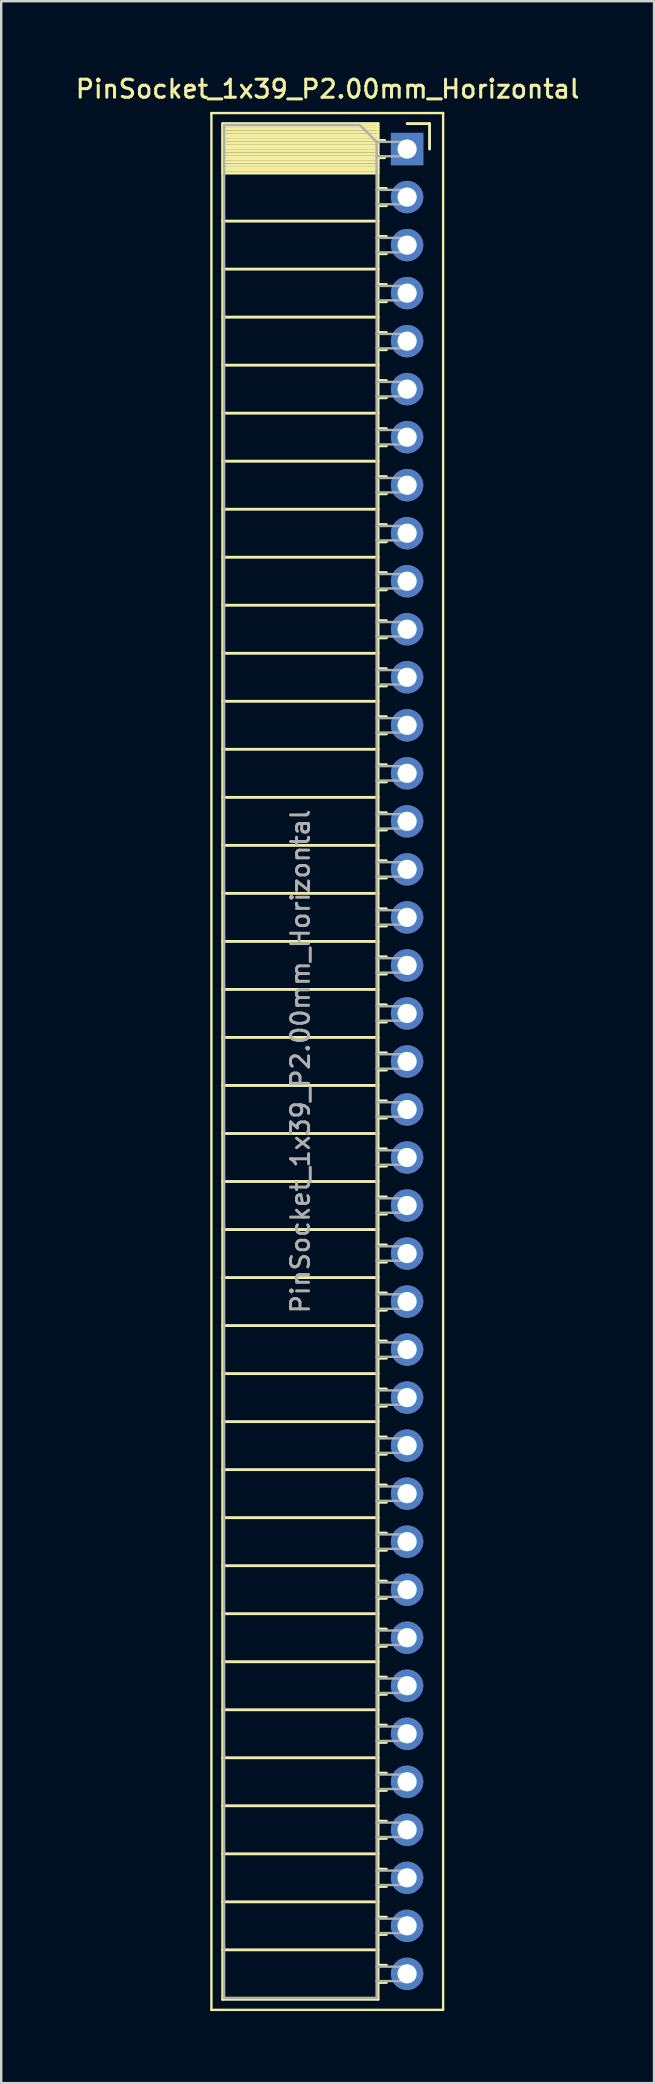
<source format=kicad_pcb>
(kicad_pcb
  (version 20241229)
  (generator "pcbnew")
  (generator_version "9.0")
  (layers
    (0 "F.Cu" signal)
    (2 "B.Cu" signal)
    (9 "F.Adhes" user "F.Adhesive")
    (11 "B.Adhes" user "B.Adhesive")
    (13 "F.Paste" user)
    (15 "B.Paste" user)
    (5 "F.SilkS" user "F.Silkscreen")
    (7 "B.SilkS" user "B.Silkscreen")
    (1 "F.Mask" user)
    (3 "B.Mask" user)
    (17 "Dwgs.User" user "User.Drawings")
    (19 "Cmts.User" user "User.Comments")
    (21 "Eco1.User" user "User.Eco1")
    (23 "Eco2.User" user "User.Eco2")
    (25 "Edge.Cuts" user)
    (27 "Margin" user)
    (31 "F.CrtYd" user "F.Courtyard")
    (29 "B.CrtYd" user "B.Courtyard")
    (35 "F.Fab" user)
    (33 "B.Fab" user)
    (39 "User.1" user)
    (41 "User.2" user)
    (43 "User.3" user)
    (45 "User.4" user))
  (footprint "PinSocket_1x39_P2.00mm_Horizontal"
    (layer "F.Cu")
    (at 13.905 3.158)
    (property "Reference" "PinSocket_1x39_P2.00mm_Horizontal" (at -3.31 -2.5 0) (layer "F.SilkS") (effects (font (size 0.75 0.75) (thickness 0.125))))
    (attr through_hole)
    (fp_line (start -8.15 -1.5) (end -8.15 77.5) (stroke (width 0.1) (type solid)) (layer "F.SilkS"))
    (fp_line (start -8.15 77.5) (end 1.5 77.5) (stroke (width 0.1) (type solid)) (layer "F.SilkS"))
    (fp_line (start -7.68 -1.06) (end -7.68 77.06) (stroke (width 0.12) (type solid)) (layer "F.SilkS"))
    (fp_line (start -7.68 -1.06) (end -1.21 -1.06) (stroke (width 0.12) (type solid)) (layer "F.SilkS"))
    (fp_line (start -7.68 -0.94) (end -1.21 -0.94) (stroke (width 0.12) (type solid)) (layer "F.SilkS"))
    (fp_line (start -7.68 -0.826) (end -1.21 -0.826) (stroke (width 0.12) (type solid)) (layer "F.SilkS"))
    (fp_line (start -7.68 -0.712) (end -1.21 -0.712) (stroke (width 0.12) (type solid)) (layer "F.SilkS"))
    (fp_line (start -7.68 -0.598) (end -1.21 -0.598) (stroke (width 0.12) (type solid)) (layer "F.SilkS"))
    (fp_line (start -7.68 -0.484) (end -1.21 -0.484) (stroke (width 0.12) (type solid)) (layer "F.SilkS"))
    (fp_line (start -7.68 -0.369) (end -1.21 -0.369) (stroke (width 0.12) (type solid)) (layer "F.SilkS"))
    (fp_line (start -7.68 -0.255) (end -1.21 -0.255) (stroke (width 0.12) (type solid)) (layer "F.SilkS"))
    (fp_line (start -7.68 -0.141) (end -1.21 -0.141) (stroke (width 0.12) (type solid)) (layer "F.SilkS"))
    (fp_line (start -7.68 -0.027) (end -1.21 -0.027) (stroke (width 0.12) (type solid)) (layer "F.SilkS"))
    (fp_line (start -7.68 0.087) (end -1.21 0.087) (stroke (width 0.12) (type solid)) (layer "F.SilkS"))
    (fp_line (start -7.68 0.201) (end -1.21 0.201) (stroke (width 0.12) (type solid)) (layer "F.SilkS"))
    (fp_line (start -7.68 0.315) (end -1.21 0.315) (stroke (width 0.12) (type solid)) (layer "F.SilkS"))
    (fp_line (start -7.68 0.429) (end -1.21 0.429) (stroke (width 0.12) (type solid)) (layer "F.SilkS"))
    (fp_line (start -7.68 0.544) (end -1.21 0.544) (stroke (width 0.12) (type solid)) (layer "F.SilkS"))
    (fp_line (start -7.68 0.658) (end -1.21 0.658) (stroke (width 0.12) (type solid)) (layer "F.SilkS"))
    (fp_line (start -7.68 0.772) (end -1.21 0.772) (stroke (width 0.12) (type solid)) (layer "F.SilkS"))
    (fp_line (start -7.68 0.886) (end -1.21 0.886) (stroke (width 0.12) (type solid)) (layer "F.SilkS"))
    (fp_line (start -7.68 1) (end -1.21 1) (stroke (width 0.12) (type solid)) (layer "F.SilkS"))
    (fp_line (start -7.68 3) (end -1.21 3) (stroke (width 0.12) (type solid)) (layer "F.SilkS"))
    (fp_line (start -7.68 5) (end -1.21 5) (stroke (width 0.12) (type solid)) (layer "F.SilkS"))
    (fp_line (start -7.68 7) (end -1.21 7) (stroke (width 0.12) (type solid)) (layer "F.SilkS"))
    (fp_line (start -7.68 9) (end -1.21 9) (stroke (width 0.12) (type solid)) (layer "F.SilkS"))
    (fp_line (start -7.68 11) (end -1.21 11) (stroke (width 0.12) (type solid)) (layer "F.SilkS"))
    (fp_line (start -7.68 13) (end -1.21 13) (stroke (width 0.12) (type solid)) (layer "F.SilkS"))
    (fp_line (start -7.68 15) (end -1.21 15) (stroke (width 0.12) (type solid)) (layer "F.SilkS"))
    (fp_line (start -7.68 17) (end -1.21 17) (stroke (width 0.12) (type solid)) (layer "F.SilkS"))
    (fp_line (start -7.68 19) (end -1.21 19) (stroke (width 0.12) (type solid)) (layer "F.SilkS"))
    (fp_line (start -7.68 21) (end -1.21 21) (stroke (width 0.12) (type solid)) (layer "F.SilkS"))
    (fp_line (start -7.68 23) (end -1.21 23) (stroke (width 0.12) (type solid)) (layer "F.SilkS"))
    (fp_line (start -7.68 25) (end -1.21 25) (stroke (width 0.12) (type solid)) (layer "F.SilkS"))
    (fp_line (start -7.68 27) (end -1.21 27) (stroke (width 0.12) (type solid)) (layer "F.SilkS"))
    (fp_line (start -7.68 29) (end -1.21 29) (stroke (width 0.12) (type solid)) (layer "F.SilkS"))
    (fp_line (start -7.68 31) (end -1.21 31) (stroke (width 0.12) (type solid)) (layer "F.SilkS"))
    (fp_line (start -7.68 33) (end -1.21 33) (stroke (width 0.12) (type solid)) (layer "F.SilkS"))
    (fp_line (start -7.68 35) (end -1.21 35) (stroke (width 0.12) (type solid)) (layer "F.SilkS"))
    (fp_line (start -7.68 37) (end -1.21 37) (stroke (width 0.12) (type solid)) (layer "F.SilkS"))
    (fp_line (start -7.68 39) (end -1.21 39) (stroke (width 0.12) (type solid)) (layer "F.SilkS"))
    (fp_line (start -7.68 41) (end -1.21 41) (stroke (width 0.12) (type solid)) (layer "F.SilkS"))
    (fp_line (start -7.68 43) (end -1.21 43) (stroke (width 0.12) (type solid)) (layer "F.SilkS"))
    (fp_line (start -7.68 45) (end -1.21 45) (stroke (width 0.12) (type solid)) (layer "F.SilkS"))
    (fp_line (start -7.68 47) (end -1.21 47) (stroke (width 0.12) (type solid)) (layer "F.SilkS"))
    (fp_line (start -7.68 49) (end -1.21 49) (stroke (width 0.12) (type solid)) (layer "F.SilkS"))
    (fp_line (start -7.68 51) (end -1.21 51) (stroke (width 0.12) (type solid)) (layer "F.SilkS"))
    (fp_line (start -7.68 53) (end -1.21 53) (stroke (width 0.12) (type solid)) (layer "F.SilkS"))
    (fp_line (start -7.68 55) (end -1.21 55) (stroke (width 0.12) (type solid)) (layer "F.SilkS"))
    (fp_line (start -7.68 57) (end -1.21 57) (stroke (width 0.12) (type solid)) (layer "F.SilkS"))
    (fp_line (start -7.68 59) (end -1.21 59) (stroke (width 0.12) (type solid)) (layer "F.SilkS"))
    (fp_line (start -7.68 61) (end -1.21 61) (stroke (width 0.12) (type solid)) (layer "F.SilkS"))
    (fp_line (start -7.68 63) (end -1.21 63) (stroke (width 0.12) (type solid)) (layer "F.SilkS"))
    (fp_line (start -7.68 65) (end -1.21 65) (stroke (width 0.12) (type solid)) (layer "F.SilkS"))
    (fp_line (start -7.68 67) (end -1.21 67) (stroke (width 0.12) (type solid)) (layer "F.SilkS"))
    (fp_line (start -7.68 69) (end -1.21 69) (stroke (width 0.12) (type solid)) (layer "F.SilkS"))
    (fp_line (start -7.68 71) (end -1.21 71) (stroke (width 0.12) (type solid)) (layer "F.SilkS"))
    (fp_line (start -7.68 73) (end -1.21 73) (stroke (width 0.12) (type solid)) (layer "F.SilkS"))
    (fp_line (start -7.68 75) (end -1.21 75) (stroke (width 0.12) (type solid)) (layer "F.SilkS"))
    (fp_line (start -7.68 77.06) (end -1.21 77.06) (stroke (width 0.12) (type solid)) (layer "F.SilkS"))
    (fp_line (start -1.21 -1.06) (end -1.21 77.06) (stroke (width 0.12) (type solid)) (layer "F.SilkS"))
    (fp_line (start -1.21 -0.36) (end -0.935 -0.36) (stroke (width 0.12) (type solid)) (layer "F.SilkS"))
    (fp_line (start -1.21 0.36) (end -0.935 0.36) (stroke (width 0.12) (type solid)) (layer "F.SilkS"))
    (fp_line (start -1.21 1.64) (end -0.863 1.64) (stroke (width 0.12) (type solid)) (layer "F.SilkS"))
    (fp_line (start -1.21 2.36) (end -0.863 2.36) (stroke (width 0.12) (type solid)) (layer "F.SilkS"))
    (fp_line (start -1.21 3.64) (end -0.863 3.64) (stroke (width 0.12) (type solid)) (layer "F.SilkS"))
    (fp_line (start -1.21 4.36) (end -0.863 4.36) (stroke (width 0.12) (type solid)) (layer "F.SilkS"))
    (fp_line (start -1.21 5.64) (end -0.863 5.64) (stroke (width 0.12) (type solid)) (layer "F.SilkS"))
    (fp_line (start -1.21 6.36) (end -0.863 6.36) (stroke (width 0.12) (type solid)) (layer "F.SilkS"))
    (fp_line (start -1.21 7.64) (end -0.863 7.64) (stroke (width 0.12) (type solid)) (layer "F.SilkS"))
    (fp_line (start -1.21 8.36) (end -0.863 8.36) (stroke (width 0.12) (type solid)) (layer "F.SilkS"))
    (fp_line (start -1.21 9.64) (end -0.863 9.64) (stroke (width 0.12) (type solid)) (layer "F.SilkS"))
    (fp_line (start -1.21 10.36) (end -0.863 10.36) (stroke (width 0.12) (type solid)) (layer "F.SilkS"))
    (fp_line (start -1.21 11.64) (end -0.863 11.64) (stroke (width 0.12) (type solid)) (layer "F.SilkS"))
    (fp_line (start -1.21 12.36) (end -0.863 12.36) (stroke (width 0.12) (type solid)) (layer "F.SilkS"))
    (fp_line (start -1.21 13.64) (end -0.863 13.64) (stroke (width 0.12) (type solid)) (layer "F.SilkS"))
    (fp_line (start -1.21 14.36) (end -0.863 14.36) (stroke (width 0.12) (type solid)) (layer "F.SilkS"))
    (fp_line (start -1.21 15.64) (end -0.863 15.64) (stroke (width 0.12) (type solid)) (layer "F.SilkS"))
    (fp_line (start -1.21 16.36) (end -0.863 16.36) (stroke (width 0.12) (type solid)) (layer "F.SilkS"))
    (fp_line (start -1.21 17.64) (end -0.863 17.64) (stroke (width 0.12) (type solid)) (layer "F.SilkS"))
    (fp_line (start -1.21 18.36) (end -0.863 18.36) (stroke (width 0.12) (type solid)) (layer "F.SilkS"))
    (fp_line (start -1.21 19.64) (end -0.863 19.64) (stroke (width 0.12) (type solid)) (layer "F.SilkS"))
    (fp_line (start -1.21 20.36) (end -0.863 20.36) (stroke (width 0.12) (type solid)) (layer "F.SilkS"))
    (fp_line (start -1.21 21.64) (end -0.863 21.64) (stroke (width 0.12) (type solid)) (layer "F.SilkS"))
    (fp_line (start -1.21 22.36) (end -0.863 22.36) (stroke (width 0.12) (type solid)) (layer "F.SilkS"))
    (fp_line (start -1.21 23.64) (end -0.863 23.64) (stroke (width 0.12) (type solid)) (layer "F.SilkS"))
    (fp_line (start -1.21 24.36) (end -0.863 24.36) (stroke (width 0.12) (type solid)) (layer "F.SilkS"))
    (fp_line (start -1.21 25.64) (end -0.863 25.64) (stroke (width 0.12) (type solid)) (layer "F.SilkS"))
    (fp_line (start -1.21 26.36) (end -0.863 26.36) (stroke (width 0.12) (type solid)) (layer "F.SilkS"))
    (fp_line (start -1.21 27.64) (end -0.863 27.64) (stroke (width 0.12) (type solid)) (layer "F.SilkS"))
    (fp_line (start -1.21 28.36) (end -0.863 28.36) (stroke (width 0.12) (type solid)) (layer "F.SilkS"))
    (fp_line (start -1.21 29.64) (end -0.863 29.64) (stroke (width 0.12) (type solid)) (layer "F.SilkS"))
    (fp_line (start -1.21 30.36) (end -0.863 30.36) (stroke (width 0.12) (type solid)) (layer "F.SilkS"))
    (fp_line (start -1.21 31.64) (end -0.863 31.64) (stroke (width 0.12) (type solid)) (layer "F.SilkS"))
    (fp_line (start -1.21 32.36) (end -0.863 32.36) (stroke (width 0.12) (type solid)) (layer "F.SilkS"))
    (fp_line (start -1.21 33.64) (end -0.863 33.64) (stroke (width 0.12) (type solid)) (layer "F.SilkS"))
    (fp_line (start -1.21 34.36) (end -0.863 34.36) (stroke (width 0.12) (type solid)) (layer "F.SilkS"))
    (fp_line (start -1.21 35.64) (end -0.863 35.64) (stroke (width 0.12) (type solid)) (layer "F.SilkS"))
    (fp_line (start -1.21 36.36) (end -0.863 36.36) (stroke (width 0.12) (type solid)) (layer "F.SilkS"))
    (fp_line (start -1.21 37.64) (end -0.863 37.64) (stroke (width 0.12) (type solid)) (layer "F.SilkS"))
    (fp_line (start -1.21 38.36) (end -0.863 38.36) (stroke (width 0.12) (type solid)) (layer "F.SilkS"))
    (fp_line (start -1.21 39.64) (end -0.863 39.64) (stroke (width 0.12) (type solid)) (layer "F.SilkS"))
    (fp_line (start -1.21 40.36) (end -0.863 40.36) (stroke (width 0.12) (type solid)) (layer "F.SilkS"))
    (fp_line (start -1.21 41.64) (end -0.863 41.64) (stroke (width 0.12) (type solid)) (layer "F.SilkS"))
    (fp_line (start -1.21 42.36) (end -0.863 42.36) (stroke (width 0.12) (type solid)) (layer "F.SilkS"))
    (fp_line (start -1.21 43.64) (end -0.863 43.64) (stroke (width 0.12) (type solid)) (layer "F.SilkS"))
    (fp_line (start -1.21 44.36) (end -0.863 44.36) (stroke (width 0.12) (type solid)) (layer "F.SilkS"))
    (fp_line (start -1.21 45.64) (end -0.863 45.64) (stroke (width 0.12) (type solid)) (layer "F.SilkS"))
    (fp_line (start -1.21 46.36) (end -0.863 46.36) (stroke (width 0.12) (type solid)) (layer "F.SilkS"))
    (fp_line (start -1.21 47.64) (end -0.863 47.64) (stroke (width 0.12) (type solid)) (layer "F.SilkS"))
    (fp_line (start -1.21 48.36) (end -0.863 48.36) (stroke (width 0.12) (type solid)) (layer "F.SilkS"))
    (fp_line (start -1.21 49.64) (end -0.863 49.64) (stroke (width 0.12) (type solid)) (layer "F.SilkS"))
    (fp_line (start -1.21 50.36) (end -0.863 50.36) (stroke (width 0.12) (type solid)) (layer "F.SilkS"))
    (fp_line (start -1.21 51.64) (end -0.863 51.64) (stroke (width 0.12) (type solid)) (layer "F.SilkS"))
    (fp_line (start -1.21 52.36) (end -0.863 52.36) (stroke (width 0.12) (type solid)) (layer "F.SilkS"))
    (fp_line (start -1.21 53.64) (end -0.863 53.64) (stroke (width 0.12) (type solid)) (layer "F.SilkS"))
    (fp_line (start -1.21 54.36) (end -0.863 54.36) (stroke (width 0.12) (type solid)) (layer "F.SilkS"))
    (fp_line (start -1.21 55.64) (end -0.863 55.64) (stroke (width 0.12) (type solid)) (layer "F.SilkS"))
    (fp_line (start -1.21 56.36) (end -0.863 56.36) (stroke (width 0.12) (type solid)) (layer "F.SilkS"))
    (fp_line (start -1.21 57.64) (end -0.863 57.64) (stroke (width 0.12) (type solid)) (layer "F.SilkS"))
    (fp_line (start -1.21 58.36) (end -0.863 58.36) (stroke (width 0.12) (type solid)) (layer "F.SilkS"))
    (fp_line (start -1.21 59.64) (end -0.863 59.64) (stroke (width 0.12) (type solid)) (layer "F.SilkS"))
    (fp_line (start -1.21 60.36) (end -0.863 60.36) (stroke (width 0.12) (type solid)) (layer "F.SilkS"))
    (fp_line (start -1.21 61.64) (end -0.863 61.64) (stroke (width 0.12) (type solid)) (layer "F.SilkS"))
    (fp_line (start -1.21 62.36) (end -0.863 62.36) (stroke (width 0.12) (type solid)) (layer "F.SilkS"))
    (fp_line (start -1.21 63.64) (end -0.863 63.64) (stroke (width 0.12) (type solid)) (layer "F.SilkS"))
    (fp_line (start -1.21 64.36) (end -0.863 64.36) (stroke (width 0.12) (type solid)) (layer "F.SilkS"))
    (fp_line (start -1.21 65.64) (end -0.863 65.64) (stroke (width 0.12) (type solid)) (layer "F.SilkS"))
    (fp_line (start -1.21 66.36) (end -0.863 66.36) (stroke (width 0.12) (type solid)) (layer "F.SilkS"))
    (fp_line (start -1.21 67.64) (end -0.863 67.64) (stroke (width 0.12) (type solid)) (layer "F.SilkS"))
    (fp_line (start -1.21 68.36) (end -0.863 68.36) (stroke (width 0.12) (type solid)) (layer "F.SilkS"))
    (fp_line (start -1.21 69.64) (end -0.863 69.64) (stroke (width 0.12) (type solid)) (layer "F.SilkS"))
    (fp_line (start -1.21 70.36) (end -0.863 70.36) (stroke (width 0.12) (type solid)) (layer "F.SilkS"))
    (fp_line (start -1.21 71.64) (end -0.863 71.64) (stroke (width 0.12) (type solid)) (layer "F.SilkS"))
    (fp_line (start -1.21 72.36) (end -0.863 72.36) (stroke (width 0.12) (type solid)) (layer "F.SilkS"))
    (fp_line (start -1.21 73.64) (end -0.863 73.64) (stroke (width 0.12) (type solid)) (layer "F.SilkS"))
    (fp_line (start -1.21 74.36) (end -0.863 74.36) (stroke (width 0.12) (type solid)) (layer "F.SilkS"))
    (fp_line (start -1.21 75.64) (end -0.863 75.64) (stroke (width 0.12) (type solid)) (layer "F.SilkS"))
    (fp_line (start -1.21 76.36) (end -0.863 76.36) (stroke (width 0.12) (type solid)) (layer "F.SilkS"))
    (fp_line (start 0 -1.06) (end 0.935 -1.06) (stroke (width 0.12) (type solid)) (layer "F.SilkS"))
    (fp_line (start 0.935 -1.06) (end 0.935 0) (stroke (width 0.12) (type solid)) (layer "F.SilkS"))
    (fp_line (start 1.5 -1.5) (end -8.15 -1.5) (stroke (width 0.1) (type solid)) (layer "F.SilkS"))
    (fp_line (start 1.5 77.5) (end 1.5 -1.5) (stroke (width 0.1) (type solid)) (layer "F.SilkS"))
    (fp_line (start -7.62 -1) (end -1.97 -1) (stroke (width 0.1) (type solid)) (layer "F.Fab"))
    (fp_line (start -7.62 77) (end -7.62 -1) (stroke (width 0.1) (type solid)) (layer "F.Fab"))
    (fp_line (start -1.97 -1) (end -1.27 -0.3) (stroke (width 0.1) (type solid)) (layer "F.Fab"))
    (fp_line (start -1.27 -0.3) (end -1.27 77) (stroke (width 0.1) (type solid)) (layer "F.Fab"))
    (fp_line (start -1.27 0.3) (end 0 0.3) (stroke (width 0.1) (type solid)) (layer "F.Fab"))
    (fp_line (start -1.27 2.3) (end 0 2.3) (stroke (width 0.1) (type solid)) (layer "F.Fab"))
    (fp_line (start -1.27 4.3) (end 0 4.3) (stroke (width 0.1) (type solid)) (layer "F.Fab"))
    (fp_line (start -1.27 6.3) (end 0 6.3) (stroke (width 0.1) (type solid)) (layer "F.Fab"))
    (fp_line (start -1.27 8.3) (end 0 8.3) (stroke (width 0.1) (type solid)) (layer "F.Fab"))
    (fp_line (start -1.27 10.3) (end 0 10.3) (stroke (width 0.1) (type solid)) (layer "F.Fab"))
    (fp_line (start -1.27 12.3) (end 0 12.3) (stroke (width 0.1) (type solid)) (layer "F.Fab"))
    (fp_line (start -1.27 14.3) (end 0 14.3) (stroke (width 0.1) (type solid)) (layer "F.Fab"))
    (fp_line (start -1.27 16.3) (end 0 16.3) (stroke (width 0.1) (type solid)) (layer "F.Fab"))
    (fp_line (start -1.27 18.3) (end 0 18.3) (stroke (width 0.1) (type solid)) (layer "F.Fab"))
    (fp_line (start -1.27 20.3) (end 0 20.3) (stroke (width 0.1) (type solid)) (layer "F.Fab"))
    (fp_line (start -1.27 22.3) (end 0 22.3) (stroke (width 0.1) (type solid)) (layer "F.Fab"))
    (fp_line (start -1.27 24.3) (end 0 24.3) (stroke (width 0.1) (type solid)) (layer "F.Fab"))
    (fp_line (start -1.27 26.3) (end 0 26.3) (stroke (width 0.1) (type solid)) (layer "F.Fab"))
    (fp_line (start -1.27 28.3) (end 0 28.3) (stroke (width 0.1) (type solid)) (layer "F.Fab"))
    (fp_line (start -1.27 30.3) (end 0 30.3) (stroke (width 0.1) (type solid)) (layer "F.Fab"))
    (fp_line (start -1.27 32.3) (end 0 32.3) (stroke (width 0.1) (type solid)) (layer "F.Fab"))
    (fp_line (start -1.27 34.3) (end 0 34.3) (stroke (width 0.1) (type solid)) (layer "F.Fab"))
    (fp_line (start -1.27 36.3) (end 0 36.3) (stroke (width 0.1) (type solid)) (layer "F.Fab"))
    (fp_line (start -1.27 38.3) (end 0 38.3) (stroke (width 0.1) (type solid)) (layer "F.Fab"))
    (fp_line (start -1.27 40.3) (end 0 40.3) (stroke (width 0.1) (type solid)) (layer "F.Fab"))
    (fp_line (start -1.27 42.3) (end 0 42.3) (stroke (width 0.1) (type solid)) (layer "F.Fab"))
    (fp_line (start -1.27 44.3) (end 0 44.3) (stroke (width 0.1) (type solid)) (layer "F.Fab"))
    (fp_line (start -1.27 46.3) (end 0 46.3) (stroke (width 0.1) (type solid)) (layer "F.Fab"))
    (fp_line (start -1.27 48.3) (end 0 48.3) (stroke (width 0.1) (type solid)) (layer "F.Fab"))
    (fp_line (start -1.27 50.3) (end 0 50.3) (stroke (width 0.1) (type solid)) (layer "F.Fab"))
    (fp_line (start -1.27 52.3) (end 0 52.3) (stroke (width 0.1) (type solid)) (layer "F.Fab"))
    (fp_line (start -1.27 54.3) (end 0 54.3) (stroke (width 0.1) (type solid)) (layer "F.Fab"))
    (fp_line (start -1.27 56.3) (end 0 56.3) (stroke (width 0.1) (type solid)) (layer "F.Fab"))
    (fp_line (start -1.27 58.3) (end 0 58.3) (stroke (width 0.1) (type solid)) (layer "F.Fab"))
    (fp_line (start -1.27 60.3) (end 0 60.3) (stroke (width 0.1) (type solid)) (layer "F.Fab"))
    (fp_line (start -1.27 62.3) (end 0 62.3) (stroke (width 0.1) (type solid)) (layer "F.Fab"))
    (fp_line (start -1.27 64.3) (end 0 64.3) (stroke (width 0.1) (type solid)) (layer "F.Fab"))
    (fp_line (start -1.27 66.3) (end 0 66.3) (stroke (width 0.1) (type solid)) (layer "F.Fab"))
    (fp_line (start -1.27 68.3) (end 0 68.3) (stroke (width 0.1) (type solid)) (layer "F.Fab"))
    (fp_line (start -1.27 70.3) (end 0 70.3) (stroke (width 0.1) (type solid)) (layer "F.Fab"))
    (fp_line (start -1.27 72.3) (end 0 72.3) (stroke (width 0.1) (type solid)) (layer "F.Fab"))
    (fp_line (start -1.27 74.3) (end 0 74.3) (stroke (width 0.1) (type solid)) (layer "F.Fab"))
    (fp_line (start -1.27 76.3) (end 0 76.3) (stroke (width 0.1) (type solid)) (layer "F.Fab"))
    (fp_line (start -1.27 77) (end -7.62 77) (stroke (width 0.1) (type solid)) (layer "F.Fab"))
    (fp_line (start 0 -0.3) (end -1.27 -0.3) (stroke (width 0.1) (type solid)) (layer "F.Fab"))
    (fp_line (start 0 0.3) (end 0 -0.3) (stroke (width 0.1) (type solid)) (layer "F.Fab"))
    (fp_line (start 0 1.7) (end -1.27 1.7) (stroke (width 0.1) (type solid)) (layer "F.Fab"))
    (fp_line (start 0 2.3) (end 0 1.7) (stroke (width 0.1) (type solid)) (layer "F.Fab"))
    (fp_line (start 0 3.7) (end -1.27 3.7) (stroke (width 0.1) (type solid)) (layer "F.Fab"))
    (fp_line (start 0 4.3) (end 0 3.7) (stroke (width 0.1) (type solid)) (layer "F.Fab"))
    (fp_line (start 0 5.7) (end -1.27 5.7) (stroke (width 0.1) (type solid)) (layer "F.Fab"))
    (fp_line (start 0 6.3) (end 0 5.7) (stroke (width 0.1) (type solid)) (layer "F.Fab"))
    (fp_line (start 0 7.7) (end -1.27 7.7) (stroke (width 0.1) (type solid)) (layer "F.Fab"))
    (fp_line (start 0 8.3) (end 0 7.7) (stroke (width 0.1) (type solid)) (layer "F.Fab"))
    (fp_line (start 0 9.7) (end -1.27 9.7) (stroke (width 0.1) (type solid)) (layer "F.Fab"))
    (fp_line (start 0 10.3) (end 0 9.7) (stroke (width 0.1) (type solid)) (layer "F.Fab"))
    (fp_line (start 0 11.7) (end -1.27 11.7) (stroke (width 0.1) (type solid)) (layer "F.Fab"))
    (fp_line (start 0 12.3) (end 0 11.7) (stroke (width 0.1) (type solid)) (layer "F.Fab"))
    (fp_line (start 0 13.7) (end -1.27 13.7) (stroke (width 0.1) (type solid)) (layer "F.Fab"))
    (fp_line (start 0 14.3) (end 0 13.7) (stroke (width 0.1) (type solid)) (layer "F.Fab"))
    (fp_line (start 0 15.7) (end -1.27 15.7) (stroke (width 0.1) (type solid)) (layer "F.Fab"))
    (fp_line (start 0 16.3) (end 0 15.7) (stroke (width 0.1) (type solid)) (layer "F.Fab"))
    (fp_line (start 0 17.7) (end -1.27 17.7) (stroke (width 0.1) (type solid)) (layer "F.Fab"))
    (fp_line (start 0 18.3) (end 0 17.7) (stroke (width 0.1) (type solid)) (layer "F.Fab"))
    (fp_line (start 0 19.7) (end -1.27 19.7) (stroke (width 0.1) (type solid)) (layer "F.Fab"))
    (fp_line (start 0 20.3) (end 0 19.7) (stroke (width 0.1) (type solid)) (layer "F.Fab"))
    (fp_line (start 0 21.7) (end -1.27 21.7) (stroke (width 0.1) (type solid)) (layer "F.Fab"))
    (fp_line (start 0 22.3) (end 0 21.7) (stroke (width 0.1) (type solid)) (layer "F.Fab"))
    (fp_line (start 0 23.7) (end -1.27 23.7) (stroke (width 0.1) (type solid)) (layer "F.Fab"))
    (fp_line (start 0 24.3) (end 0 23.7) (stroke (width 0.1) (type solid)) (layer "F.Fab"))
    (fp_line (start 0 25.7) (end -1.27 25.7) (stroke (width 0.1) (type solid)) (layer "F.Fab"))
    (fp_line (start 0 26.3) (end 0 25.7) (stroke (width 0.1) (type solid)) (layer "F.Fab"))
    (fp_line (start 0 27.7) (end -1.27 27.7) (stroke (width 0.1) (type solid)) (layer "F.Fab"))
    (fp_line (start 0 28.3) (end 0 27.7) (stroke (width 0.1) (type solid)) (layer "F.Fab"))
    (fp_line (start 0 29.7) (end -1.27 29.7) (stroke (width 0.1) (type solid)) (layer "F.Fab"))
    (fp_line (start 0 30.3) (end 0 29.7) (stroke (width 0.1) (type solid)) (layer "F.Fab"))
    (fp_line (start 0 31.7) (end -1.27 31.7) (stroke (width 0.1) (type solid)) (layer "F.Fab"))
    (fp_line (start 0 32.3) (end 0 31.7) (stroke (width 0.1) (type solid)) (layer "F.Fab"))
    (fp_line (start 0 33.7) (end -1.27 33.7) (stroke (width 0.1) (type solid)) (layer "F.Fab"))
    (fp_line (start 0 34.3) (end 0 33.7) (stroke (width 0.1) (type solid)) (layer "F.Fab"))
    (fp_line (start 0 35.7) (end -1.27 35.7) (stroke (width 0.1) (type solid)) (layer "F.Fab"))
    (fp_line (start 0 36.3) (end 0 35.7) (stroke (width 0.1) (type solid)) (layer "F.Fab"))
    (fp_line (start 0 37.7) (end -1.27 37.7) (stroke (width 0.1) (type solid)) (layer "F.Fab"))
    (fp_line (start 0 38.3) (end 0 37.7) (stroke (width 0.1) (type solid)) (layer "F.Fab"))
    (fp_line (start 0 39.7) (end -1.27 39.7) (stroke (width 0.1) (type solid)) (layer "F.Fab"))
    (fp_line (start 0 40.3) (end 0 39.7) (stroke (width 0.1) (type solid)) (layer "F.Fab"))
    (fp_line (start 0 41.7) (end -1.27 41.7) (stroke (width 0.1) (type solid)) (layer "F.Fab"))
    (fp_line (start 0 42.3) (end 0 41.7) (stroke (width 0.1) (type solid)) (layer "F.Fab"))
    (fp_line (start 0 43.7) (end -1.27 43.7) (stroke (width 0.1) (type solid)) (layer "F.Fab"))
    (fp_line (start 0 44.3) (end 0 43.7) (stroke (width 0.1) (type solid)) (layer "F.Fab"))
    (fp_line (start 0 45.7) (end -1.27 45.7) (stroke (width 0.1) (type solid)) (layer "F.Fab"))
    (fp_line (start 0 46.3) (end 0 45.7) (stroke (width 0.1) (type solid)) (layer "F.Fab"))
    (fp_line (start 0 47.7) (end -1.27 47.7) (stroke (width 0.1) (type solid)) (layer "F.Fab"))
    (fp_line (start 0 48.3) (end 0 47.7) (stroke (width 0.1) (type solid)) (layer "F.Fab"))
    (fp_line (start 0 49.7) (end -1.27 49.7) (stroke (width 0.1) (type solid)) (layer "F.Fab"))
    (fp_line (start 0 50.3) (end 0 49.7) (stroke (width 0.1) (type solid)) (layer "F.Fab"))
    (fp_line (start 0 51.7) (end -1.27 51.7) (stroke (width 0.1) (type solid)) (layer "F.Fab"))
    (fp_line (start 0 52.3) (end 0 51.7) (stroke (width 0.1) (type solid)) (layer "F.Fab"))
    (fp_line (start 0 53.7) (end -1.27 53.7) (stroke (width 0.1) (type solid)) (layer "F.Fab"))
    (fp_line (start 0 54.3) (end 0 53.7) (stroke (width 0.1) (type solid)) (layer "F.Fab"))
    (fp_line (start 0 55.7) (end -1.27 55.7) (stroke (width 0.1) (type solid)) (layer "F.Fab"))
    (fp_line (start 0 56.3) (end 0 55.7) (stroke (width 0.1) (type solid)) (layer "F.Fab"))
    (fp_line (start 0 57.7) (end -1.27 57.7) (stroke (width 0.1) (type solid)) (layer "F.Fab"))
    (fp_line (start 0 58.3) (end 0 57.7) (stroke (width 0.1) (type solid)) (layer "F.Fab"))
    (fp_line (start 0 59.7) (end -1.27 59.7) (stroke (width 0.1) (type solid)) (layer "F.Fab"))
    (fp_line (start 0 60.3) (end 0 59.7) (stroke (width 0.1) (type solid)) (layer "F.Fab"))
    (fp_line (start 0 61.7) (end -1.27 61.7) (stroke (width 0.1) (type solid)) (layer "F.Fab"))
    (fp_line (start 0 62.3) (end 0 61.7) (stroke (width 0.1) (type solid)) (layer "F.Fab"))
    (fp_line (start 0 63.7) (end -1.27 63.7) (stroke (width 0.1) (type solid)) (layer "F.Fab"))
    (fp_line (start 0 64.3) (end 0 63.7) (stroke (width 0.1) (type solid)) (layer "F.Fab"))
    (fp_line (start 0 65.7) (end -1.27 65.7) (stroke (width 0.1) (type solid)) (layer "F.Fab"))
    (fp_line (start 0 66.3) (end 0 65.7) (stroke (width 0.1) (type solid)) (layer "F.Fab"))
    (fp_line (start 0 67.7) (end -1.27 67.7) (stroke (width 0.1) (type solid)) (layer "F.Fab"))
    (fp_line (start 0 68.3) (end 0 67.7) (stroke (width 0.1) (type solid)) (layer "F.Fab"))
    (fp_line (start 0 69.7) (end -1.27 69.7) (stroke (width 0.1) (type solid)) (layer "F.Fab"))
    (fp_line (start 0 70.3) (end 0 69.7) (stroke (width 0.1) (type solid)) (layer "F.Fab"))
    (fp_line (start 0 71.7) (end -1.27 71.7) (stroke (width 0.1) (type solid)) (layer "F.Fab"))
    (fp_line (start 0 72.3) (end 0 71.7) (stroke (width 0.1) (type solid)) (layer "F.Fab"))
    (fp_line (start 0 73.7) (end -1.27 73.7) (stroke (width 0.1) (type solid)) (layer "F.Fab"))
    (fp_line (start 0 74.3) (end 0 73.7) (stroke (width 0.1) (type solid)) (layer "F.Fab"))
    (fp_line (start 0 75.7) (end -1.27 75.7) (stroke (width 0.1) (type solid)) (layer "F.Fab"))
    (fp_line (start 0 76.3) (end 0 75.7) (stroke (width 0.1) (type solid)) (layer "F.Fab"))
    (fp_text user "${REFERENCE}" (at -4.445 38 90) (layer "F.Fab") (effects (font (size 0.75 0.75) (thickness 0.125))))
    (pad "1" thru_hole rect (at 0 0) (size 1.35 1.35) (drill 0.8) (layers "*.Cu" "*.Mask"))
    (pad "2" thru_hole oval (at 0 2) (size 1.35 1.35) (drill 0.8) (layers "*.Cu" "*.Mask"))
    (pad "3" thru_hole oval (at 0 4) (size 1.35 1.35) (drill 0.8) (layers "*.Cu" "*.Mask"))
    (pad "4" thru_hole oval (at 0 6) (size 1.35 1.35) (drill 0.8) (layers "*.Cu" "*.Mask"))
    (pad "5" thru_hole oval (at 0 8) (size 1.35 1.35) (drill 0.8) (layers "*.Cu" "*.Mask"))
    (pad "6" thru_hole oval (at 0 10) (size 1.35 1.35) (drill 0.8) (layers "*.Cu" "*.Mask"))
    (pad "7" thru_hole oval (at 0 12) (size 1.35 1.35) (drill 0.8) (layers "*.Cu" "*.Mask"))
    (pad "8" thru_hole oval (at 0 14) (size 1.35 1.35) (drill 0.8) (layers "*.Cu" "*.Mask"))
    (pad "9" thru_hole oval (at 0 16) (size 1.35 1.35) (drill 0.8) (layers "*.Cu" "*.Mask"))
    (pad "10" thru_hole oval (at 0 18) (size 1.35 1.35) (drill 0.8) (layers "*.Cu" "*.Mask"))
    (pad "11" thru_hole oval (at 0 20) (size 1.35 1.35) (drill 0.8) (layers "*.Cu" "*.Mask"))
    (pad "12" thru_hole oval (at 0 22) (size 1.35 1.35) (drill 0.8) (layers "*.Cu" "*.Mask"))
    (pad "13" thru_hole oval (at 0 24) (size 1.35 1.35) (drill 0.8) (layers "*.Cu" "*.Mask"))
    (pad "14" thru_hole oval (at 0 26) (size 1.35 1.35) (drill 0.8) (layers "*.Cu" "*.Mask"))
    (pad "15" thru_hole oval (at 0 28) (size 1.35 1.35) (drill 0.8) (layers "*.Cu" "*.Mask"))
    (pad "16" thru_hole oval (at 0 30) (size 1.35 1.35) (drill 0.8) (layers "*.Cu" "*.Mask"))
    (pad "17" thru_hole oval (at 0 32) (size 1.35 1.35) (drill 0.8) (layers "*.Cu" "*.Mask"))
    (pad "18" thru_hole oval (at 0 34) (size 1.35 1.35) (drill 0.8) (layers "*.Cu" "*.Mask"))
    (pad "19" thru_hole oval (at 0 36) (size 1.35 1.35) (drill 0.8) (layers "*.Cu" "*.Mask"))
    (pad "20" thru_hole oval (at 0 38) (size 1.35 1.35) (drill 0.8) (layers "*.Cu" "*.Mask"))
    (pad "21" thru_hole oval (at 0 40) (size 1.35 1.35) (drill 0.8) (layers "*.Cu" "*.Mask"))
    (pad "22" thru_hole oval (at 0 42) (size 1.35 1.35) (drill 0.8) (layers "*.Cu" "*.Mask"))
    (pad "23" thru_hole oval (at 0 44) (size 1.35 1.35) (drill 0.8) (layers "*.Cu" "*.Mask"))
    (pad "24" thru_hole oval (at 0 46) (size 1.35 1.35) (drill 0.8) (layers "*.Cu" "*.Mask"))
    (pad "25" thru_hole oval (at 0 48) (size 1.35 1.35) (drill 0.8) (layers "*.Cu" "*.Mask"))
    (pad "26" thru_hole oval (at 0 50) (size 1.35 1.35) (drill 0.8) (layers "*.Cu" "*.Mask"))
    (pad "27" thru_hole oval (at 0 52) (size 1.35 1.35) (drill 0.8) (layers "*.Cu" "*.Mask"))
    (pad "28" thru_hole oval (at 0 54) (size 1.35 1.35) (drill 0.8) (layers "*.Cu" "*.Mask"))
    (pad "29" thru_hole oval (at 0 56) (size 1.35 1.35) (drill 0.8) (layers "*.Cu" "*.Mask"))
    (pad "30" thru_hole oval (at 0 58) (size 1.35 1.35) (drill 0.8) (layers "*.Cu" "*.Mask"))
    (pad "31" thru_hole oval (at 0 60) (size 1.35 1.35) (drill 0.8) (layers "*.Cu" "*.Mask"))
    (pad "32" thru_hole oval (at 0 62) (size 1.35 1.35) (drill 0.8) (layers "*.Cu" "*.Mask"))
    (pad "33" thru_hole oval (at 0 64) (size 1.35 1.35) (drill 0.8) (layers "*.Cu" "*.Mask"))
    (pad "34" thru_hole oval (at 0 66) (size 1.35 1.35) (drill 0.8) (layers "*.Cu" "*.Mask"))
    (pad "35" thru_hole oval (at 0 68) (size 1.35 1.35) (drill 0.8) (layers "*.Cu" "*.Mask"))
    (pad "36" thru_hole oval (at 0 70) (size 1.35 1.35) (drill 0.8) (layers "*.Cu" "*.Mask"))
    (pad "37" thru_hole oval (at 0 72) (size 1.35 1.35) (drill 0.8) (layers "*.Cu" "*.Mask"))
    (pad "38" thru_hole oval (at 0 74) (size 1.35 1.35) (drill 0.8) (layers "*.Cu" "*.Mask"))
    (pad "39" thru_hole oval (at 0 76) (size 1.35 1.35) (drill 0.8) (layers "*.Cu" "*.Mask")))
  (gr_rect
    (start -3 -3)
    (end 24.189 83.708)
    (stroke (width 0.1) (type default))
    (fill no)
    (layer "Edge.Cuts")))
</source>
